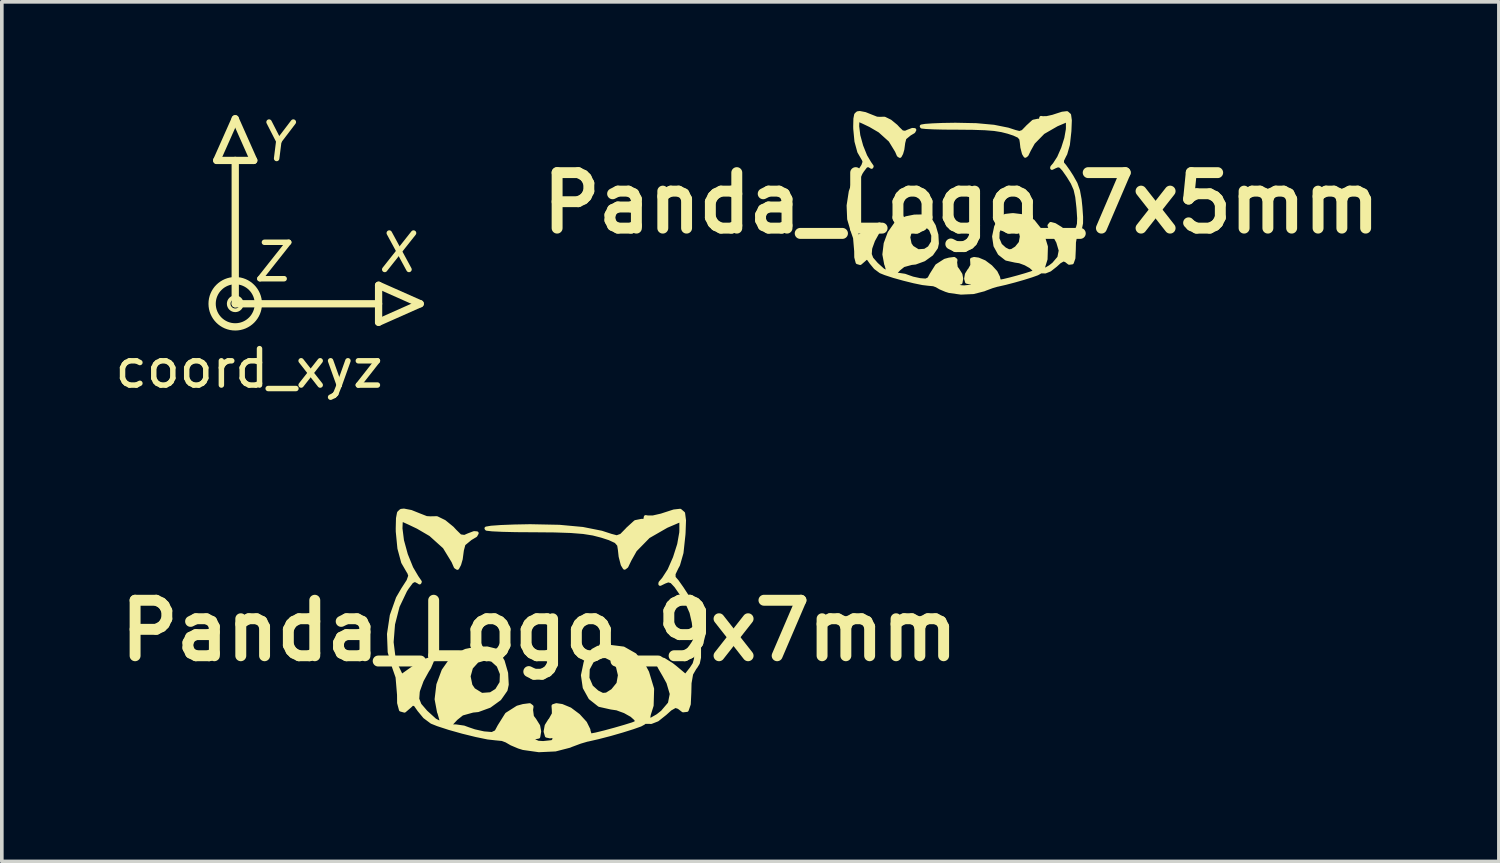
<source format=kicad_pcb>
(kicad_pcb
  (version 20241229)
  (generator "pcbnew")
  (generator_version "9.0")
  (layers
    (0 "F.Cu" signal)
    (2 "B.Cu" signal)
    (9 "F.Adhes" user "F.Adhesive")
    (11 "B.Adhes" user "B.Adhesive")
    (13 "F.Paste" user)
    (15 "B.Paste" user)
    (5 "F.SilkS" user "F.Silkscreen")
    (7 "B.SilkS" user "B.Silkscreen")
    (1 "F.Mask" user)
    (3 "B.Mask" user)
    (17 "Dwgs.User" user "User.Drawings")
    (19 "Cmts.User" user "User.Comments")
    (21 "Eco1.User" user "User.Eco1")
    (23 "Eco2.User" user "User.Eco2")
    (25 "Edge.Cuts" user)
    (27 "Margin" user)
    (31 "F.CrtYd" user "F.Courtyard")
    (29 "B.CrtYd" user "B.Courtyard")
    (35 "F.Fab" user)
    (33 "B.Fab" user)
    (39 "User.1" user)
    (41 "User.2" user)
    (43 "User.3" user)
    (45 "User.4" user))
  (footprint "Panda_Logo_9x7mm"
    (layer "F.Cu")
    (at 11.764 14.271)
    (property "Reference" "Panda_Logo_9x7mm" (at 0 0 0) (layer "F.SilkS") (effects (font (size 1.524 1.524) (thickness 0.3))))
    (attr through_hole)
    (fp_poly (pts (xy 4.391 0.508) (xy 4.39 0.739) (xy 4.358 0.889) (xy 4.291 0.998) (xy 4.271 1.021) (xy 4.174 1.188) (xy 4.13 1.44) (xy 4.124 1.696) (xy 4.109 2.018) (xy 4.052 2.182) (xy 3.948 2.194) (xy 3.83 2.103) (xy 3.735 2.071) (xy 3.594 2.151) (xy 3.454 2.277) (xy 3.242 2.446) (xy 3.068 2.514) (xy 3.031 2.511) (xy 2.897 2.51) (xy 2.862 2.539) (xy 2.776 2.586) (xy 2.567 2.66) (xy 2.277 2.751) (xy 1.947 2.846) (xy 1.62 2.931) (xy 1.336 2.996) (xy 1.312 3) (xy 1.124 3.055) (xy 0.877 3.147) (xy 0.828 3.168) (xy 0.44 3.268) (xy -0.013 3.289) (xy -0.443 3.228) (xy -0.565 3.19) (xy -0.768 3.104) (xy -0.893 3.031) (xy -0.897 3.027) (xy -1.02 2.981) (xy -1.207 2.963) (xy -1.419 2.939) (xy -1.738 2.873) (xy -2.108 2.782) (xy -2.478 2.678) (xy -2.791 2.576) (xy -2.956 2.51) (xy -3.149 2.366) (xy -3.304 2.178) (xy -3.41 2.027) (xy -3.488 2.009) (xy -3.554 2.072) (xy -3.705 2.202) (xy -3.807 2.173) (xy -3.857 1.986) (xy -3.859 1.764) (xy -3.9 1.276) (xy -3.994 1.006) (xy -4.116 0.586) (xy -4.135 0.093) (xy -4.058 -0.418) (xy -3.89 -0.892) (xy -3.746 -1.139) (xy -3.599 -1.367) (xy -3.549 -1.509) (xy -3.584 -1.607) (xy -3.596 -1.62) (xy -3.746 -1.879) (xy -3.849 -2.26) (xy -3.894 -2.721) (xy -3.895 -2.807) (xy -3.888 -3.086) (xy -3.86 -3.235) (xy -3.797 -3.294) (xy -3.721 -3.302) (xy -3.524 -3.264) (xy -3.295 -3.172) (xy -3.101 -3.096) (xy -2.969 -3.088) (xy -2.963 -3.091) (xy -2.815 -3.093) (xy -2.609 -2.992) (xy -2.392 -2.815) (xy -2.318 -2.735) (xy -2.176 -2.595) (xy -2.054 -2.578) (xy -1.951 -2.623) (xy -1.793 -2.683) (xy -1.717 -2.677) (xy -1.751 -2.615) (xy -1.894 -2.53) (xy -2.078 -2.378) (xy -2.123 -2.209) (xy -2.155 -1.968) (xy -2.198 -1.82) (xy -2.251 -1.72) (xy -2.3 -1.751) (xy -2.367 -1.905) (xy -2.606 -2.296) (xy -2.637 -2.324) (xy -2.637 -2.82) (xy -2.709 -2.921) (xy -2.84 -3.028) (xy -2.905 -3.048) (xy -2.918 -3.007) (xy -2.831 -2.924) (xy -2.672 -2.814) (xy -2.637 -2.82) (xy -2.637 -2.324) (xy -2.988 -2.64) (xy -3.339 -2.845) (xy -3.574 -2.957) (xy -3.737 -3.031) (xy -3.784 -3.048) (xy -3.803 -2.975) (xy -3.81 -2.809) (xy -3.768 -2.475) (xy -3.661 -2.085) (xy -3.513 -1.718) (xy -3.368 -1.472) (xy -3.279 -1.342) (xy -3.29 -1.319) (xy -3.32 -1.34) (xy -3.417 -1.39) (xy -3.507 -1.347) (xy -3.628 -1.186) (xy -3.681 -1.104) (xy -3.888 -0.669) (xy -4.014 -0.177) (xy -4.053 0.317) (xy -3.998 0.761) (xy -3.926 0.961) (xy -3.788 1.251) (xy -3.427 0.996) (xy -3.159 0.83) (xy -2.997 0.778) (xy -2.95 0.84) (xy -3.023 1.012) (xy -3.08 1.101) (xy -3.226 1.366) (xy -3.325 1.637) (xy -3.335 1.681) (xy -3.349 1.877) (xy -3.287 2.037) (xy -3.123 2.228) (xy -3.098 2.252) (xy -2.869 2.46) (xy -2.732 2.531) (xy -2.691 2.466) (xy -2.748 2.265) (xy -2.761 2.235) (xy -2.827 1.883) (xy -2.779 1.484) (xy -2.635 1.096) (xy -2.413 0.78) (xy -2.27 0.661) (xy -2.019 0.55) (xy -1.72 0.49) (xy -1.431 0.485) (xy -1.213 0.539) (xy -1.155 0.582) (xy -1.002 0.84) (xy -0.908 1.166) (xy -0.891 1.481) (xy -0.923 1.63) (xy -1.034 1.789) (xy -1.034 1.185) (xy -1.125 0.958) (xy -1.298 0.802) (xy -1.467 0.762) (xy -1.709 0.833) (xy -1.873 1.014) (xy -1.939 1.254) (xy -1.888 1.504) (xy -1.807 1.623) (xy -1.585 1.76) (xy -1.337 1.742) (xy -1.171 1.638) (xy -1.043 1.429) (xy -1.034 1.185) (xy -1.034 1.789) (xy -1.093 1.872) (xy -1.368 2.071) (xy -1.686 2.187) (xy -1.827 2.201) (xy -2.123 2.283) (xy -2.286 2.413) (xy -2.485 2.625) (xy -2.295 2.625) (xy -2.074 2.657) (xy -1.963 2.698) (xy -1.784 2.759) (xy -1.538 2.814) (xy -1.51 2.818) (xy -1.298 2.835) (xy -1.183 2.779) (xy -1.1 2.624) (xy -0.896 2.298) (xy -0.599 2.109) (xy -0.444 2.066) (xy -0.266 2.043) (xy -0.21 2.087) (xy -0.223 2.177) (xy -0.199 2.363) (xy -0.133 2.45) (xy -0.028 2.618) (xy 0 2.768) (xy -0.025 2.916) (xy -0.131 2.936) (xy -0.191 2.922) (xy -0.319 2.894) (xy -0.299 2.934) (xy -0.236 2.987) (xy -0.035 3.074) (xy 0.103 3.083) (xy 0.282 3.064) (xy 0.36 3.055) (xy 0.421 2.981) (xy 0.423 2.954) (xy 0.362 2.898) (xy 0.296 2.909) (xy 0.201 2.889) (xy 0.167 2.77) (xy 0.196 2.609) (xy 0.286 2.465) (xy 0.302 2.45) (xy 0.394 2.285) (xy 0.392 2.177) (xy 0.384 2.069) (xy 0.467 2.042) (xy 0.619 2.065) (xy 0.843 2.158) (xy 1.073 2.33) (xy 1.259 2.534) (xy 1.352 2.722) (xy 1.355 2.753) (xy 1.389 2.862) (xy 1.418 2.874) (xy 1.559 2.847) (xy 1.795 2.789) (xy 2.075 2.713) (xy 2.348 2.634) (xy 2.563 2.567) (xy 2.668 2.525) (xy 2.67 2.523) (xy 2.661 2.438) (xy 2.538 2.327) (xy 2.346 2.219) (xy 2.208 2.169) (xy 2.208 1.223) (xy 2.153 0.989) (xy 2.019 0.8) (xy 1.823 0.702) (xy 1.665 0.709) (xy 1.449 0.836) (xy 1.334 1.051) (xy 1.325 1.303) (xy 1.426 1.54) (xy 1.589 1.687) (xy 1.736 1.761) (xy 1.848 1.751) (xy 2.009 1.649) (xy 2.013 1.646) (xy 2.167 1.457) (xy 2.208 1.223) (xy 2.208 2.169) (xy 2.131 2.14) (xy 1.972 2.117) (xy 1.647 2.044) (xy 1.398 1.847) (xy 1.241 1.563) (xy 1.192 1.226) (xy 1.266 0.872) (xy 1.347 0.709) (xy 1.469 0.544) (xy 1.613 0.465) (xy 1.845 0.439) (xy 1.909 0.437) (xy 2.309 0.487) (xy 2.625 0.666) (xy 2.882 0.99) (xy 2.965 1.146) (xy 3.102 1.6) (xy 3.089 2.056) (xy 3.01 2.307) (xy 2.989 2.431) (xy 3.074 2.44) (xy 3.251 2.338) (xy 3.38 2.236) (xy 3.58 2.001) (xy 3.632 1.738) (xy 3.539 1.424) (xy 3.431 1.228) (xy 3.307 1.014) (xy 3.231 0.861) (xy 3.22 0.826) (xy 3.273 0.761) (xy 3.42 0.799) (xy 3.632 0.931) (xy 3.726 1.004) (xy 4.016 1.247) (xy 4.177 1.041) (xy 4.258 0.917) (xy 4.299 0.77) (xy 4.307 0.557) (xy 4.286 0.23) (xy 4.279 0.152) (xy 4.236 -0.227) (xy 4.173 -0.503) (xy 4.067 -0.744) (xy 3.92 -0.983) (xy 3.751 -1.226) (xy 3.636 -1.349) (xy 3.54 -1.377) (xy 3.44 -1.34) (xy 3.318 -1.28) (xy 3.321 -1.312) (xy 3.412 -1.418) (xy 3.569 -1.661) (xy 3.718 -2.001) (xy 3.835 -2.368) (xy 3.892 -2.69) (xy 3.895 -2.75) (xy 3.895 -3.042) (xy 3.493 -2.87) (xy 2.995 -2.584) (xy 2.632 -2.213) (xy 2.482 -1.947) (xy 2.395 -1.766) (xy 2.34 -1.724) (xy 2.29 -1.805) (xy 2.283 -1.82) (xy 2.227 -2.038) (xy 2.207 -2.22) (xy 2.186 -2.355) (xy 2.105 -2.449) (xy 1.926 -2.532) (xy 1.714 -2.601) (xy 1.478 -2.662) (xy 1.206 -2.705) (xy 0.864 -2.732) (xy 0.42 -2.747) (xy -0.16 -2.752) (xy -0.187 -2.752) (xy -0.642 -2.755) (xy -1.02 -2.764) (xy -1.295 -2.777) (xy -1.445 -2.794) (xy -1.457 -2.809) (xy -1.32 -2.832) (xy -1.052 -2.851) (xy -0.689 -2.865) (xy -0.271 -2.873) (xy -0.237 -2.873) (xy 0.547 -2.857) (xy 1.188 -2.798) (xy 1.706 -2.695) (xy 1.966 -2.61) (xy 2.127 -2.568) (xy 2.252 -2.613) (xy 2.404 -2.768) (xy 2.424 -2.791) (xy 2.638 -2.986) (xy 2.807 -3.02) (xy 2.914 -3.02) (xy 2.909 -3.067) (xy 2.919 -3.123) (xy 2.973 -3.114) (xy 3.123 -3.114) (xy 3.351 -3.166) (xy 3.418 -3.188) (xy 3.696 -3.278) (xy 3.866 -3.297) (xy 3.953 -3.222) (xy 3.978 -3.028) (xy 3.966 -2.692) (xy 3.962 -2.632) (xy 3.909 -2.139) (xy 3.814 -1.807) (xy 3.773 -1.732) (xy 3.691 -1.561) (xy 3.693 -1.454) (xy 3.698 -1.45) (xy 3.781 -1.354) (xy 3.918 -1.16) (xy 4.039 -0.974) (xy 4.185 -0.712) (xy 4.278 -0.453) (xy 4.336 -0.133) (xy 4.365 0.15) (xy 4.391 0.508)) (stroke (width 0.1) (type solid)) (fill yes) (layer "F.SilkS")))
  (footprint "coord_xyz"
    (layer "F.Cu")
    (at 3.411 5.293)
    (property "Reference" "coord_xyz" (at 0.381 1.778 0) (layer "F.SilkS") (effects (font (size 1 1) (thickness 0.15))))
    (attr through_hole)
    (fp_line (start -0.508 -3.937) (end 0 -5.08) (stroke (width 0.2) (type solid)) (layer "F.SilkS"))
    (fp_line (start 0 -5.08) (end 0.508 -3.937) (stroke (width 0.2) (type solid)) (layer "F.SilkS"))
    (fp_line (start 0 0) (end 0 -3.937) (stroke (width 0.2) (type solid)) (layer "F.SilkS"))
    (fp_line (start 0.508 -3.937) (end -0.508 -3.937) (stroke (width 0.2) (type solid)) (layer "F.SilkS"))
    (fp_line (start 3.937 -0.508) (end 3.937 0.508) (stroke (width 0.2) (type solid)) (layer "F.SilkS"))
    (fp_line (start 3.937 0) (end 0 0) (stroke (width 0.2) (type solid)) (layer "F.SilkS"))
    (fp_line (start 3.937 0.508) (end 5.08 0) (stroke (width 0.2) (type solid)) (layer "F.SilkS"))
    (fp_line (start 5.08 0) (end 3.937 -0.508) (stroke (width 0.2) (type solid)) (layer "F.SilkS"))
    (fp_circle (center 0 0) (end 0.127 0.127) (stroke (width 0.1) (type solid)) (fill no) (layer "F.SilkS"))
    (fp_circle (center 0 0) (end 0.381 0.508) (stroke (width 0.2) (type solid)) (fill no) (layer "F.SilkS"))
    (fp_text user "X" (at 4.445 -1.397 0) (layer "F.SilkS") (effects (font (size 1 1) (thickness 0.15) (italic yes))))
    (fp_text user "Y" (at 1.143 -4.445 0) (layer "F.SilkS") (effects (font (size 1 1) (thickness 0.15) (italic yes))))
    (fp_text user "Z" (at 1.016 -1.143 0) (layer "F.SilkS") (effects (font (size 1 1) (thickness 0.15) (italic yes)))))
  (footprint "Panda_Logo_7x5mm"
    (layer "F.Cu")
    (at 23.355 2.526)
    (property "Reference" "Panda_Logo_7x5mm" (at 0 0 0) (layer "F.SilkS") (effects (font (size 1.524 1.524) (thickness 0.3))))
    (attr through_hole)
    (fp_poly (pts (xy 3.293 0.381) (xy 3.292 0.555) (xy 3.269 0.666) (xy 3.218 0.748) (xy 3.204 0.766) (xy 3.131 0.891) (xy 3.097 1.08) (xy 3.093 1.272) (xy 3.082 1.514) (xy 3.039 1.636) (xy 2.961 1.646) (xy 2.873 1.577) (xy 2.801 1.553) (xy 2.695 1.613) (xy 2.591 1.708) (xy 2.431 1.834) (xy 2.301 1.886) (xy 2.274 1.883) (xy 2.172 1.883) (xy 2.146 1.904) (xy 2.082 1.939) (xy 1.925 1.995) (xy 1.708 2.063) (xy 1.46 2.134) (xy 1.215 2.198) (xy 1.002 2.247) (xy 0.984 2.25) (xy 0.843 2.291) (xy 0.658 2.36) (xy 0.621 2.376) (xy 0.33 2.451) (xy -0.01 2.466) (xy -0.332 2.421) (xy -0.424 2.392) (xy -0.576 2.328) (xy -0.67 2.273) (xy -0.673 2.27) (xy -0.765 2.236) (xy -0.905 2.223) (xy -1.064 2.204) (xy -1.303 2.155) (xy -1.581 2.086) (xy -1.858 2.009) (xy -2.093 1.932) (xy -2.217 1.882) (xy -2.361 1.775) (xy -2.478 1.633) (xy -2.558 1.52) (xy -2.616 1.507) (xy -2.666 1.554) (xy -2.779 1.652) (xy -2.855 1.63) (xy -2.892 1.489) (xy -2.894 1.323) (xy -2.925 0.957) (xy -2.995 0.755) (xy -3.087 0.44) (xy -3.102 0.07) (xy -3.043 -0.314) (xy -2.918 -0.669) (xy -2.81 -0.854) (xy -2.699 -1.025) (xy -2.662 -1.132) (xy -2.688 -1.205) (xy -2.697 -1.215) (xy -2.809 -1.409) (xy -2.887 -1.695) (xy -2.92 -2.04) (xy -2.921 -2.105) (xy -2.916 -2.314) (xy -2.895 -2.426) (xy -2.848 -2.47) (xy -2.791 -2.477) (xy -2.643 -2.448) (xy -2.471 -2.379) (xy -2.326 -2.322) (xy -2.227 -2.316) (xy -2.222 -2.318) (xy -2.111 -2.32) (xy -1.956 -2.244) (xy -1.794 -2.111) (xy -1.739 -2.051) (xy -1.632 -1.947) (xy -1.541 -1.933) (xy -1.463 -1.967) (xy -1.345 -2.012) (xy -1.288 -2.008) (xy -1.313 -1.961) (xy -1.421 -1.897) (xy -1.559 -1.784) (xy -1.592 -1.657) (xy -1.616 -1.476) (xy -1.648 -1.365) (xy -1.688 -1.29) (xy -1.725 -1.313) (xy -1.775 -1.429) (xy -1.954 -1.722) (xy -1.978 -1.743) (xy -1.978 -2.115) (xy -2.032 -2.191) (xy -2.13 -2.271) (xy -2.179 -2.286) (xy -2.189 -2.255) (xy -2.124 -2.193) (xy -2.004 -2.111) (xy -1.978 -2.115) (xy -1.978 -1.743) (xy -2.241 -1.98) (xy -2.504 -2.134) (xy -2.68 -2.218) (xy -2.803 -2.273) (xy -2.838 -2.286) (xy -2.852 -2.231) (xy -2.857 -2.107) (xy -2.826 -1.856) (xy -2.746 -1.564) (xy -2.635 -1.288) (xy -2.526 -1.104) (xy -2.459 -1.007) (xy -2.468 -0.989) (xy -2.49 -1.005) (xy -2.562 -1.042) (xy -2.63 -1.01) (xy -2.721 -0.89) (xy -2.761 -0.828) (xy -2.916 -0.502) (xy -3.011 -0.133) (xy -3.04 0.238) (xy -2.998 0.57) (xy -2.944 0.721) (xy -2.841 0.938) (xy -2.57 0.747) (xy -2.369 0.622) (xy -2.248 0.584) (xy -2.212 0.63) (xy -2.267 0.759) (xy -2.31 0.826) (xy -2.42 1.024) (xy -2.494 1.228) (xy -2.501 1.261) (xy -2.512 1.408) (xy -2.466 1.528) (xy -2.342 1.671) (xy -2.324 1.689) (xy -2.152 1.845) (xy -2.049 1.898) (xy -2.018 1.849) (xy -2.061 1.699) (xy -2.071 1.676) (xy -2.12 1.412) (xy -2.084 1.113) (xy -1.976 0.822) (xy -1.81 0.585) (xy -1.702 0.496) (xy -1.514 0.413) (xy -1.29 0.368) (xy -1.073 0.364) (xy -0.91 0.404) (xy -0.866 0.437) (xy -0.752 0.63) (xy -0.681 0.875) (xy -0.668 1.111) (xy -0.692 1.222) (xy -0.776 1.342) (xy -0.776 0.888) (xy -0.844 0.719) (xy -0.974 0.601) (xy -1.1 0.572) (xy -1.282 0.625) (xy -1.405 0.76) (xy -1.454 0.94) (xy -1.416 1.128) (xy -1.355 1.217) (xy -1.189 1.32) (xy -1.002 1.307) (xy -0.878 1.228) (xy -0.783 1.072) (xy -0.776 0.888) (xy -0.776 1.342) (xy -0.819 1.404) (xy -1.026 1.553) (xy -1.264 1.64) (xy -1.37 1.651) (xy -1.592 1.712) (xy -1.714 1.81) (xy -1.864 1.968) (xy -1.721 1.968) (xy -1.555 1.993) (xy -1.472 2.023) (xy -1.338 2.07) (xy -1.154 2.11) (xy -1.133 2.114) (xy -0.974 2.126) (xy -0.887 2.084) (xy -0.825 1.968) (xy -0.672 1.724) (xy -0.449 1.581) (xy -0.333 1.549) (xy -0.199 1.532) (xy -0.157 1.565) (xy -0.167 1.632) (xy -0.149 1.772) (xy -0.1 1.838) (xy -0.021 1.964) (xy 0 2.076) (xy -0.019 2.187) (xy -0.098 2.202) (xy -0.143 2.192) (xy -0.24 2.17) (xy -0.225 2.201) (xy -0.177 2.241) (xy -0.026 2.306) (xy 0.077 2.313) (xy 0.212 2.298) (xy 0.27 2.291) (xy 0.316 2.236) (xy 0.318 2.216) (xy 0.271 2.173) (xy 0.222 2.182) (xy 0.15 2.167) (xy 0.126 2.077) (xy 0.147 1.957) (xy 0.214 1.849) (xy 0.227 1.838) (xy 0.296 1.714) (xy 0.294 1.632) (xy 0.288 1.551) (xy 0.35 1.532) (xy 0.464 1.548) (xy 0.632 1.619) (xy 0.805 1.748) (xy 0.944 1.9) (xy 1.014 2.042) (xy 1.016 2.065) (xy 1.042 2.147) (xy 1.064 2.155) (xy 1.169 2.135) (xy 1.346 2.092) (xy 1.557 2.035) (xy 1.761 1.976) (xy 1.922 1.925) (xy 2.001 1.894) (xy 2.002 1.892) (xy 1.996 1.828) (xy 1.903 1.745) (xy 1.759 1.664) (xy 1.656 1.626) (xy 1.656 0.918) (xy 1.615 0.742) (xy 1.514 0.6) (xy 1.367 0.526) (xy 1.249 0.531) (xy 1.087 0.627) (xy 1.001 0.788) (xy 0.994 0.977) (xy 1.069 1.155) (xy 1.191 1.265) (xy 1.302 1.321) (xy 1.386 1.313) (xy 1.507 1.237) (xy 1.51 1.235) (xy 1.625 1.093) (xy 1.656 0.918) (xy 1.656 1.626) (xy 1.598 1.605) (xy 1.479 1.587) (xy 1.235 1.533) (xy 1.048 1.386) (xy 0.931 1.173) (xy 0.894 0.92) (xy 0.949 0.654) (xy 1.01 0.532) (xy 1.102 0.408) (xy 1.21 0.349) (xy 1.384 0.329) (xy 1.432 0.328) (xy 1.732 0.365) (xy 1.969 0.499) (xy 2.161 0.742) (xy 2.224 0.859) (xy 2.327 1.2) (xy 2.317 1.542) (xy 2.258 1.73) (xy 2.242 1.823) (xy 2.306 1.83) (xy 2.438 1.753) (xy 2.535 1.677) (xy 2.685 1.501) (xy 2.724 1.304) (xy 2.654 1.068) (xy 2.573 0.921) (xy 2.48 0.761) (xy 2.423 0.646) (xy 2.415 0.619) (xy 2.454 0.571) (xy 2.565 0.6) (xy 2.724 0.698) (xy 2.794 0.753) (xy 3.012 0.935) (xy 3.133 0.781) (xy 3.193 0.687) (xy 3.224 0.578) (xy 3.23 0.418) (xy 3.214 0.173) (xy 3.209 0.114) (xy 3.177 -0.17) (xy 3.13 -0.377) (xy 3.05 -0.558) (xy 2.94 -0.737) (xy 2.813 -0.919) (xy 2.727 -1.012) (xy 2.655 -1.033) (xy 2.58 -1.005) (xy 2.488 -0.96) (xy 2.491 -0.984) (xy 2.559 -1.063) (xy 2.677 -1.246) (xy 2.789 -1.501) (xy 2.876 -1.776) (xy 2.919 -2.018) (xy 2.921 -2.062) (xy 2.921 -2.281) (xy 2.619 -2.153) (xy 2.246 -1.938) (xy 1.974 -1.66) (xy 1.862 -1.46) (xy 1.796 -1.324) (xy 1.755 -1.293) (xy 1.717 -1.354) (xy 1.712 -1.365) (xy 1.67 -1.529) (xy 1.655 -1.665) (xy 1.639 -1.766) (xy 1.579 -1.837) (xy 1.444 -1.899) (xy 1.286 -1.951) (xy 1.109 -1.996) (xy 0.904 -2.029) (xy 0.648 -2.049) (xy 0.315 -2.06) (xy -0.12 -2.064) (xy -0.141 -2.064) (xy -0.482 -2.066) (xy -0.765 -2.073) (xy -0.971 -2.083) (xy -1.084 -2.095) (xy -1.093 -2.107) (xy -0.99 -2.124) (xy -0.789 -2.138) (xy -0.517 -2.149) (xy -0.203 -2.154) (xy -0.178 -2.155) (xy 0.41 -2.143) (xy 0.891 -2.099) (xy 1.279 -2.021) (xy 1.475 -1.957) (xy 1.595 -1.926) (xy 1.689 -1.959) (xy 1.803 -2.076) (xy 1.818 -2.093) (xy 1.978 -2.239) (xy 2.105 -2.265) (xy 2.185 -2.265) (xy 2.182 -2.3) (xy 2.189 -2.342) (xy 2.23 -2.335) (xy 2.342 -2.336) (xy 2.513 -2.374) (xy 2.564 -2.391) (xy 2.772 -2.458) (xy 2.9 -2.473) (xy 2.964 -2.416) (xy 2.984 -2.271) (xy 2.974 -2.019) (xy 2.972 -1.974) (xy 2.931 -1.604) (xy 2.86 -1.355) (xy 2.83 -1.299) (xy 2.768 -1.171) (xy 2.77 -1.091) (xy 2.774 -1.087) (xy 2.836 -1.015) (xy 2.939 -0.87) (xy 3.029 -0.73) (xy 3.139 -0.534) (xy 3.208 -0.34) (xy 3.252 -0.1) (xy 3.274 0.113) (xy 3.293 0.381)) (stroke (width 0.1) (type solid)) (fill yes) (layer "F.SilkS")))
  (gr_rect
    (start -3 -3)
    (end 38.118 20.61)
    (stroke (width 0.1) (type default))
    (fill no)
    (layer "Edge.Cuts")))
</source>
